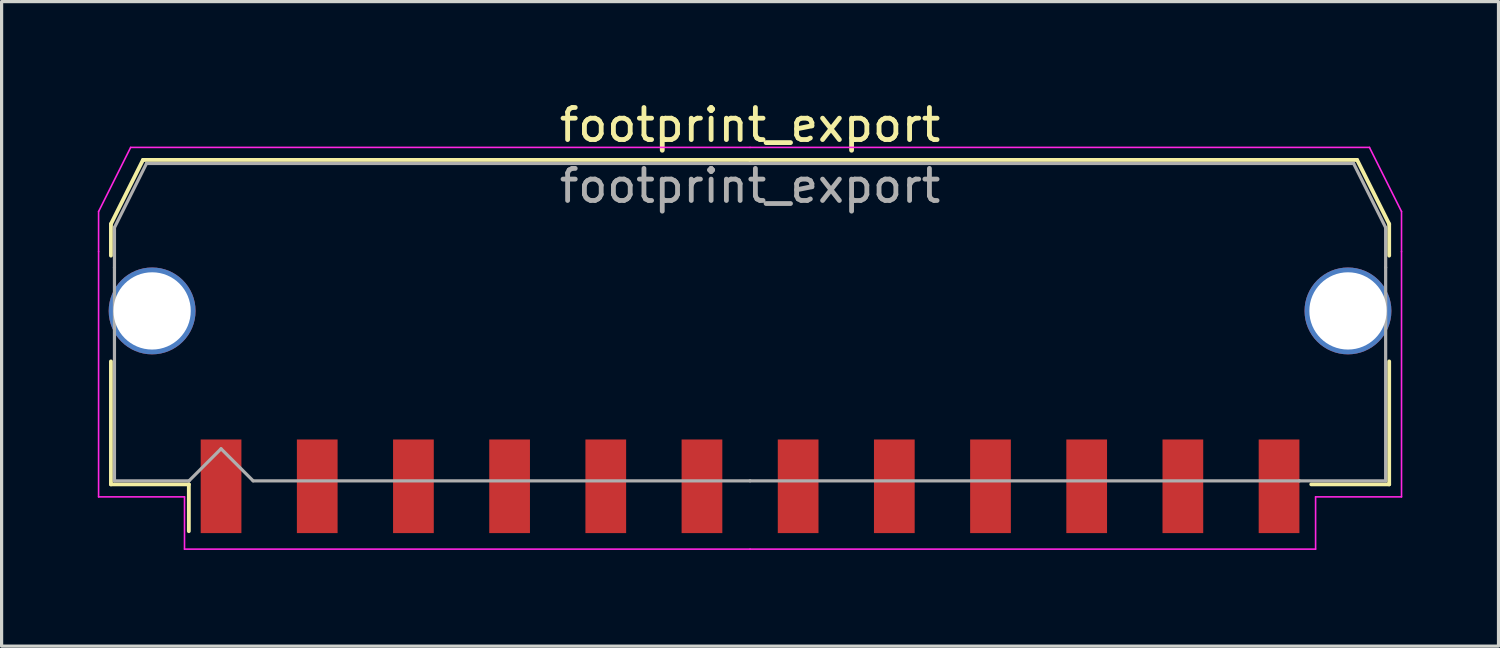
<source format=kicad_pcb>
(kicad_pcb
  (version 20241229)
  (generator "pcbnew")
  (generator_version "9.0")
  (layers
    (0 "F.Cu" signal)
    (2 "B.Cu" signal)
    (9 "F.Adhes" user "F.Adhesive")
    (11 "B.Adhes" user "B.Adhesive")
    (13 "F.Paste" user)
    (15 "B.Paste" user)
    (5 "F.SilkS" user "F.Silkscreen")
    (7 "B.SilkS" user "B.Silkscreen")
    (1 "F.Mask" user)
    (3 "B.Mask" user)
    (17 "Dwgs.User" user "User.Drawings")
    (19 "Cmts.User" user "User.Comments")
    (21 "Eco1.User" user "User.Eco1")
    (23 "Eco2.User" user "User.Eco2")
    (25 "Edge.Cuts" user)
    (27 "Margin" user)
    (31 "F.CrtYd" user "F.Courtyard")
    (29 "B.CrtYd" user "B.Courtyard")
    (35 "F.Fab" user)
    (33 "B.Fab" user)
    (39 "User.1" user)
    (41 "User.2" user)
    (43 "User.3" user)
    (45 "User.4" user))
  (footprint "footprint_export"
    (layer "F.Cu")
    (at 20.345 6.998)
    (property "Reference" "footprint_export" (at 0 -6.15 0) (layer "F.SilkS") (effects (font (size 1 1) (thickness 0.15))))
    (attr smd)
    (fp_line (start -19.935 -3.06) (end -19.935 -2.075) (stroke (width 0.12) (type solid)) (layer "F.SilkS"))
    (fp_line (start -19.935 1.225) (end -19.935 5.06) (stroke (width 0.12) (type solid)) (layer "F.SilkS"))
    (fp_line (start -19.935 5.06) (end -17.505 5.06) (stroke (width 0.12) (type solid)) (layer "F.SilkS"))
    (fp_line (start -18.935 -5.06) (end -19.935 -3.06) (stroke (width 0.12) (type solid)) (layer "F.SilkS"))
    (fp_line (start -17.505 5.06) (end -17.505 6.52) (stroke (width 0.12) (type solid)) (layer "F.SilkS"))
    (fp_line (start 0 -5.06) (end -18.935 -5.06) (stroke (width 0.12) (type solid)) (layer "F.SilkS"))
    (fp_line (start 0 -5.06) (end 18.935 -5.06) (stroke (width 0.12) (type solid)) (layer "F.SilkS"))
    (fp_line (start 18.935 -5.06) (end 19.935 -3.06) (stroke (width 0.12) (type solid)) (layer "F.SilkS"))
    (fp_line (start 19.935 -3.06) (end 19.935 -2.075) (stroke (width 0.12) (type solid)) (layer "F.SilkS"))
    (fp_line (start 19.935 1.225) (end 19.935 5.06) (stroke (width 0.12) (type solid)) (layer "F.SilkS"))
    (fp_line (start 19.935 5.06) (end 17.505 5.06) (stroke (width 0.12) (type solid)) (layer "F.SilkS"))
    (fp_line (start -20.32 -3.45) (end -20.32 -2.2) (stroke (width 0.05) (type solid)) (layer "F.CrtYd"))
    (fp_line (start -20.32 -2.2) (end -20.32 5.45) (stroke (width 0.05) (type solid)) (layer "F.CrtYd"))
    (fp_line (start -20.32 5.45) (end -17.64 5.45) (stroke (width 0.05) (type solid)) (layer "F.CrtYd"))
    (fp_line (start -19.32 -5.45) (end -20.32 -3.45) (stroke (width 0.05) (type solid)) (layer "F.CrtYd"))
    (fp_line (start -17.64 5.45) (end -17.64 7.08) (stroke (width 0.05) (type solid)) (layer "F.CrtYd"))
    (fp_line (start -17.64 7.08) (end 0 7.08) (stroke (width 0.05) (type solid)) (layer "F.CrtYd"))
    (fp_line (start 0 -5.45) (end -19.32 -5.45) (stroke (width 0.05) (type solid)) (layer "F.CrtYd"))
    (fp_line (start 0 -5.45) (end 19.32 -5.45) (stroke (width 0.05) (type solid)) (layer "F.CrtYd"))
    (fp_line (start 17.64 5.45) (end 17.64 7.08) (stroke (width 0.05) (type solid)) (layer "F.CrtYd"))
    (fp_line (start 17.64 7.08) (end 0 7.08) (stroke (width 0.05) (type solid)) (layer "F.CrtYd"))
    (fp_line (start 19.32 -5.45) (end 20.32 -3.45) (stroke (width 0.05) (type solid)) (layer "F.CrtYd"))
    (fp_line (start 20.32 -3.45) (end 20.32 -2.2) (stroke (width 0.05) (type solid)) (layer "F.CrtYd"))
    (fp_line (start 20.32 -2.2) (end 20.32 5.45) (stroke (width 0.05) (type solid)) (layer "F.CrtYd"))
    (fp_line (start 20.32 5.45) (end 17.64 5.45) (stroke (width 0.05) (type solid)) (layer "F.CrtYd"))
    (fp_line (start -19.825 -2.95) (end -19.825 -1.705) (stroke (width 0.1) (type solid)) (layer "F.Fab"))
    (fp_line (start -19.825 -1.705) (end -19.825 4.95) (stroke (width 0.1) (type solid)) (layer "F.Fab"))
    (fp_line (start -19.825 4.95) (end -17.5 4.95) (stroke (width 0.1) (type solid)) (layer "F.Fab"))
    (fp_line (start -18.825 -4.95) (end -19.825 -2.95) (stroke (width 0.1) (type solid)) (layer "F.Fab"))
    (fp_line (start -17.5 4.95) (end -16.5 3.95) (stroke (width 0.1) (type solid)) (layer "F.Fab"))
    (fp_line (start -16.5 3.95) (end -15.5 4.95) (stroke (width 0.1) (type solid)) (layer "F.Fab"))
    (fp_line (start -15.5 4.95) (end 0 4.95) (stroke (width 0.1) (type solid)) (layer "F.Fab"))
    (fp_line (start 0 -4.95) (end -18.825 -4.95) (stroke (width 0.1) (type solid)) (layer "F.Fab"))
    (fp_line (start 0 -4.95) (end 18.825 -4.95) (stroke (width 0.1) (type solid)) (layer "F.Fab"))
    (fp_line (start 17.135 4.95) (end 0 4.95) (stroke (width 0.1) (type solid)) (layer "F.Fab"))
    (fp_line (start 18.825 -4.95) (end 19.825 -2.95) (stroke (width 0.1) (type solid)) (layer "F.Fab"))
    (fp_line (start 19.825 -2.95) (end 19.825 -1.705) (stroke (width 0.1) (type solid)) (layer "F.Fab"))
    (fp_line (start 19.825 -1.705) (end 19.825 4.95) (stroke (width 0.1) (type solid)) (layer "F.Fab"))
    (fp_line (start 19.825 4.95) (end 17.135 4.95) (stroke (width 0.1) (type solid)) (layer "F.Fab"))
    (fp_text user "${REFERENCE}" (at 0 -4.25 0) (layer "F.Fab") (effects (font (size 1 1) (thickness 0.15))))
    (pad "1" smd rect (at -16.5 5.12) (size 1.27 2.92) (layers "F.Cu" "F.Mask" "F.Paste"))
    (pad "2" smd rect (at -13.5 5.12) (size 1.27 2.92) (layers "F.Cu" "F.Mask" "F.Paste"))
    (pad "3" smd rect (at -10.5 5.12) (size 1.27 2.92) (layers "F.Cu" "F.Mask" "F.Paste"))
    (pad "4" smd rect (at -7.5 5.12) (size 1.27 2.92) (layers "F.Cu" "F.Mask" "F.Paste"))
    (pad "5" smd rect (at -4.5 5.12) (size 1.27 2.92) (layers "F.Cu" "F.Mask" "F.Paste"))
    (pad "6" smd rect (at -1.5 5.12) (size 1.27 2.92) (layers "F.Cu" "F.Mask" "F.Paste"))
    (pad "7" smd rect (at 1.5 5.12) (size 1.27 2.92) (layers "F.Cu" "F.Mask" "F.Paste"))
    (pad "8" smd rect (at 4.5 5.12) (size 1.27 2.92) (layers "F.Cu" "F.Mask" "F.Paste"))
    (pad "9" smd rect (at 7.5 5.12) (size 1.27 2.92) (layers "F.Cu" "F.Mask" "F.Paste"))
    (pad "10" smd rect (at 10.5 5.12) (size 1.27 2.92) (layers "F.Cu" "F.Mask" "F.Paste"))
    (pad "11" smd rect (at 13.5 5.12) (size 1.27 2.92) (layers "F.Cu" "F.Mask" "F.Paste"))
    (pad "12" smd rect (at 16.5 5.12) (size 1.27 2.92) (layers "F.Cu" "F.Mask" "F.Paste"))
    (pad "MP" thru_hole circle (at -18.65 -0.35) (size 2.71 2.71) (drill 2.41) (layers "*.Cu" "*.Mask"))
    (pad "MP" thru_hole circle (at 18.65 -0.35) (size 2.71 2.71) (drill 2.41) (layers "*.Cu" "*.Mask")))
  (gr_rect
    (start -3 -3)
    (end 43.69 17.103)
    (stroke (width 0.1) (type default))
    (fill no)
    (layer "Edge.Cuts")))
</source>
